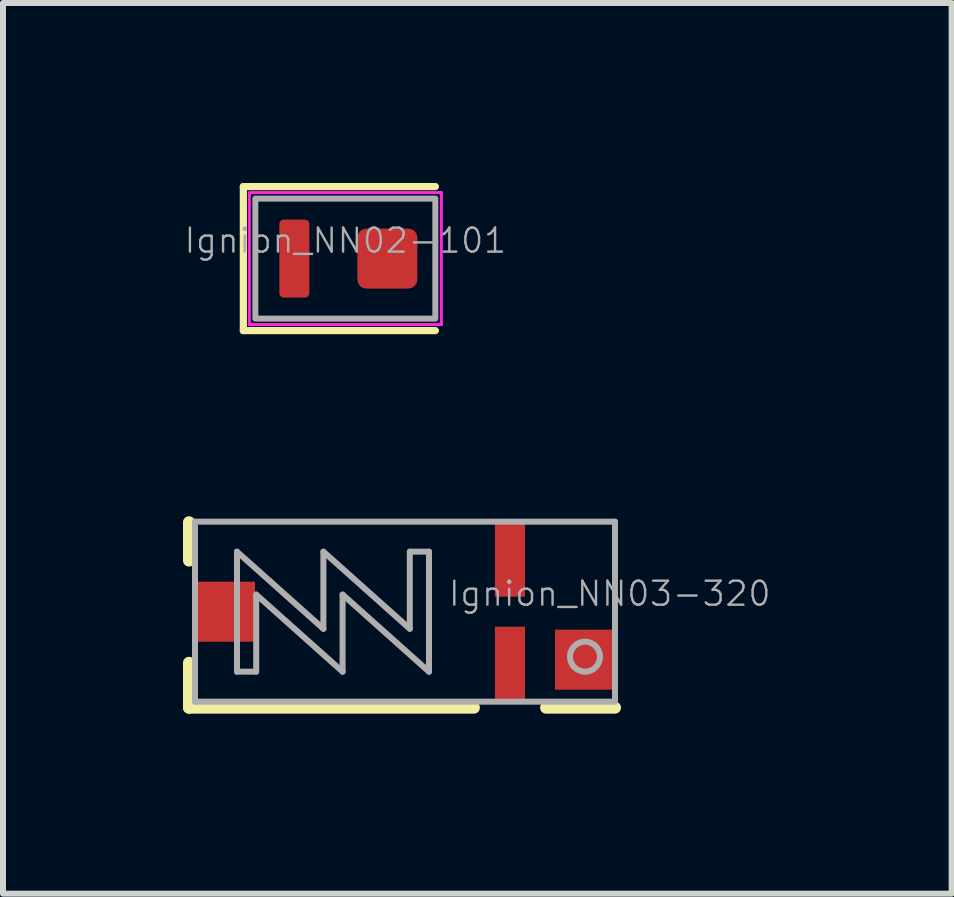
<source format=kicad_pcb>
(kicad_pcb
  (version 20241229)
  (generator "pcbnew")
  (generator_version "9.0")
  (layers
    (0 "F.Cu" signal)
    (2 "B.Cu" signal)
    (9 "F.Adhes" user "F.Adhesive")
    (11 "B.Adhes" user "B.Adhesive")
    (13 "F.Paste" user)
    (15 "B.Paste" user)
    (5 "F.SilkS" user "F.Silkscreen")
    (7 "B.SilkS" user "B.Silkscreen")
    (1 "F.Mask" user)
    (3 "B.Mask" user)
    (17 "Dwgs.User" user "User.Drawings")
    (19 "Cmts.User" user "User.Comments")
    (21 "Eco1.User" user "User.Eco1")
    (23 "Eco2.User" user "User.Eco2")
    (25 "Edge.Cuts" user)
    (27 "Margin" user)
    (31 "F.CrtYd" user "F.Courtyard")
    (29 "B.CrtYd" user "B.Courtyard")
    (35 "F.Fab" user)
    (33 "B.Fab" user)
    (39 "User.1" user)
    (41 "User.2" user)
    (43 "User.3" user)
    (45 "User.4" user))
  (footprint "Ignion_NN03-320"
    (layer "F.Cu")
    (at 3.7 7.145)
    (property "Reference" "Ignion_NN03-320" (at 0.7 -0.3 0) (unlocked yes) (layer "F.Fab") (effects (font (size 0.4 0.4) (thickness 0.04)) (justify left)))
    (attr smd)
    (fp_line (start -3.6 -1.491) (end -3.6 -0.852) (stroke (width 0.2) (type solid)) (layer "F.SilkS"))
    (fp_line (start -3.6 0.852) (end -3.6 1.6) (stroke (width 0.2) (type solid)) (layer "F.SilkS"))
    (fp_line (start 1.148 1.6) (end -3.6 1.6) (stroke (width 0.2) (type solid)) (layer "F.SilkS"))
    (fp_line (start 3.5 1.6) (end 2.352 1.6) (stroke (width 0.2) (type solid)) (layer "F.SilkS"))
    (fp_line (start -3.6 -1.6) (end -3.6 1.6) (stroke (width 0.05) (type solid)) (layer "Margin"))
    (fp_line (start 3.6 -1.6) (end -3.6 -1.6) (stroke (width 0.05) (type solid)) (layer "Margin"))
    (fp_line (start 3.6 -1.6) (end 3.6 1.6) (stroke (width 0.05) (type solid)) (layer "Margin"))
    (fp_line (start 3.6 1.6) (end -3.6 1.6) (stroke (width 0.05) (type solid)) (layer "Margin"))
    (fp_line (start -3.5 -1.5) (end -3.5 1.5) (stroke (width 0.1) (type solid)) (layer "F.Fab"))
    (fp_line (start -2.8 -1) (end -2.8 1) (stroke (width 0.1) (type solid)) (layer "F.Fab"))
    (fp_line (start -2.48 -0.285) (end -2.48 1) (stroke (width 0.1) (type solid)) (layer "F.Fab"))
    (fp_line (start -2.48 1) (end -2.8 1) (stroke (width 0.1) (type solid)) (layer "F.Fab"))
    (fp_line (start -1.36 -1) (end -1.36 0.285) (stroke (width 0.1) (type solid)) (layer "F.Fab"))
    (fp_line (start -1.36 0.285) (end -2.8 -1) (stroke (width 0.1) (type solid)) (layer "F.Fab"))
    (fp_line (start -1.04 -0.285) (end -1.04 1) (stroke (width 0.1) (type solid)) (layer "F.Fab"))
    (fp_line (start -1.04 1) (end -2.48 -0.285) (stroke (width 0.1) (type solid)) (layer "F.Fab"))
    (fp_line (start 0.08 -1) (end 0.08 0.285) (stroke (width 0.1) (type solid)) (layer "F.Fab"))
    (fp_line (start 0.08 0.285) (end -1.36 -1) (stroke (width 0.1) (type solid)) (layer "F.Fab"))
    (fp_line (start 0.4 -1) (end 0.08 -1) (stroke (width 0.1) (type solid)) (layer "F.Fab"))
    (fp_line (start 0.4 -1) (end 0.4 1) (stroke (width 0.1) (type solid)) (layer "F.Fab"))
    (fp_line (start 0.4 1) (end -1.04 -0.285) (stroke (width 0.1) (type solid)) (layer "F.Fab"))
    (fp_line (start 3.5 -1.5) (end -3.5 -1.5) (stroke (width 0.1) (type solid)) (layer "F.Fab"))
    (fp_line (start 3.5 -1.5) (end 3.5 1.5) (stroke (width 0.1) (type solid)) (layer "F.Fab"))
    (fp_line (start 3.5 1.5) (end -3.5 1.5) (stroke (width 0.1) (type solid)) (layer "F.Fab"))
    (fp_circle (center 3 0.75) (end 3 1) (stroke (width 0.1) (type solid)) (fill no) (layer "F.Fab"))
    (pad "" smd rect (at -3 0) (size 1 1) (layers "F.Cu" "F.Mask" "F.Paste"))
    (pad "" smd rect (at 1.75 -0.875) (size 0.5 1.25) (layers "F.Cu" "F.Mask" "F.Paste"))
    (pad "" smd rect (at 1.75 0.875) (size 0.5 1.25) (layers "F.Cu" "F.Mask" "F.Paste"))
    (pad "1" smd rect (at 3 0.8) (size 1 1) (layers "F.Cu" "F.Mask" "F.Paste"))
    (zone (net_name "") (layers "F.Cu" "B.Cu") (hatch edge 0.5) (connect_pads) (min_thickness 0.25) (filled_areas_thickness no) (keepout (tracks allowed) (vias allowed) (pads allowed) (copperpour not_allowed) (footprints allowed)) (placement (enabled no)) (fill) (polygon (pts (xy 0.2 5.645) (xy 7.2 5.645) (xy 7.2 8.645) (xy 0.2 8.645)))))
  (footprint "Ignion_NN02-101"
    (layer "F.Cu")
    (at 2.706 1.26)
    (property "Reference" "Ignion_NN02-101" (at 0 -0.3 0) (layer "F.Fab") (effects (font (size 0.4 0.4) (thickness 0.04))))
    (attr smd)
    (fp_line (start -1.7 -1.2) (end -1.7 1.2) (stroke (width 0.12) (type solid)) (layer "F.SilkS"))
    (fp_line (start -1.7 1.2) (end 1.5 1.2) (stroke (width 0.12) (type solid)) (layer "F.SilkS"))
    (fp_line (start 1.5 -1.2) (end -1.7 -1.2) (stroke (width 0.12) (type solid)) (layer "F.SilkS"))
    (fp_line (start -1.6 1.1) (end -1.6 -1.1) (stroke (width 0.05) (type solid)) (layer "F.CrtYd"))
    (fp_line (start -1.575 -1.1) (end 1.6 -1.1) (stroke (width 0.05) (type solid)) (layer "F.CrtYd"))
    (fp_line (start 1.6 -1.1) (end 1.6 1.1) (stroke (width 0.05) (type solid)) (layer "F.CrtYd"))
    (fp_line (start 1.6 1.1) (end -1.6 1.1) (stroke (width 0.05) (type solid)) (layer "F.CrtYd"))
    (fp_poly (pts (xy -1.5 -1) (xy 1.5 -1) (xy 1.5 1) (xy -1.5 1)) (stroke (width 0.1) (type default)) (fill no) (layer "F.Fab"))
    (pad "1" smd roundrect (at -0.85 0) (size 0.5 1.3) (layers "F.Cu" "F.Mask" "F.Paste") (roundrect_rratio 0.15))
    (pad "2" smd roundrect (at 0.7 0) (size 1 1) (layers "F.Cu" "F.Mask" "F.Paste") (roundrect_rratio 0.15)))
  (gr_rect
    (start -3 -3)
    (end 12.811 11.845)
    (stroke (width 0.1) (type default))
    (fill no)
    (layer "Edge.Cuts")))
</source>
